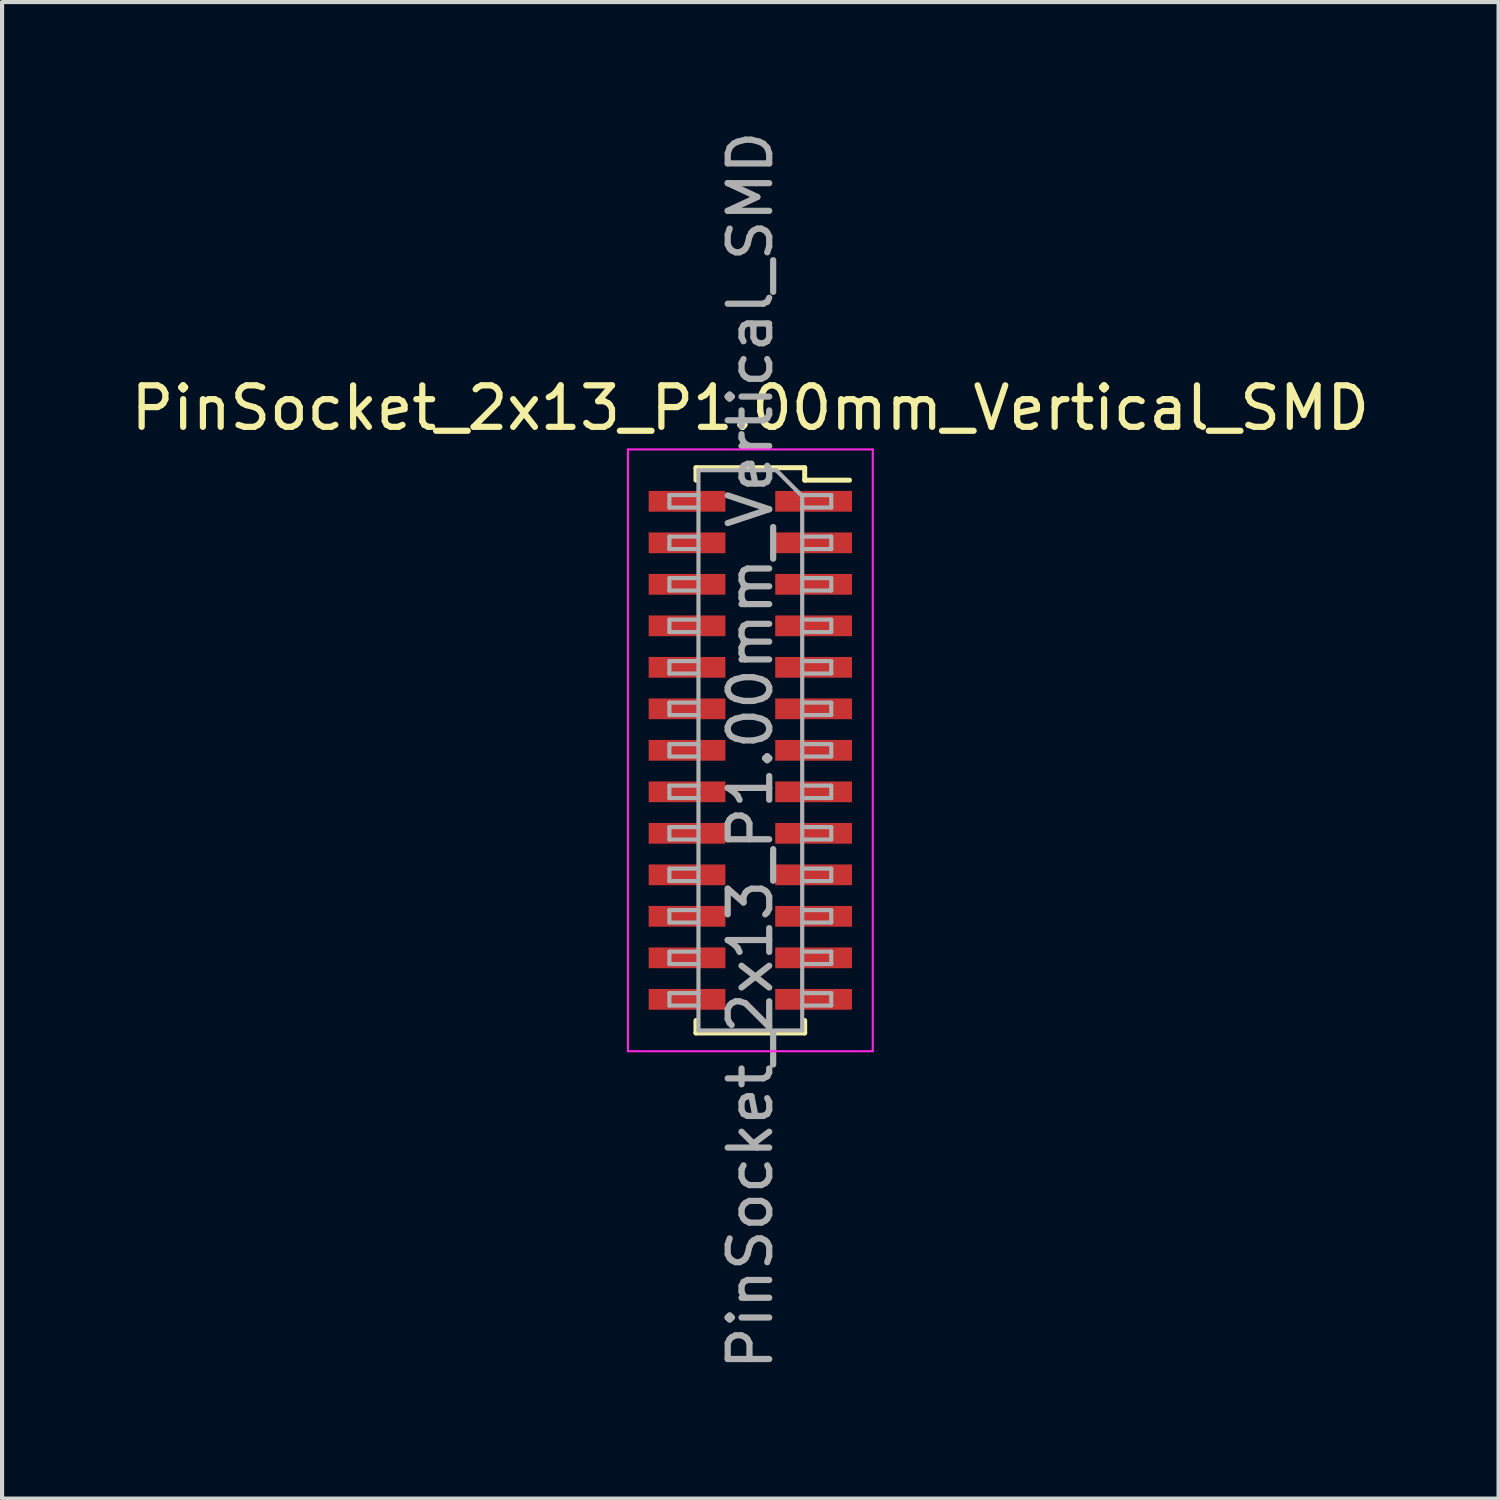
<source format=kicad_pcb>
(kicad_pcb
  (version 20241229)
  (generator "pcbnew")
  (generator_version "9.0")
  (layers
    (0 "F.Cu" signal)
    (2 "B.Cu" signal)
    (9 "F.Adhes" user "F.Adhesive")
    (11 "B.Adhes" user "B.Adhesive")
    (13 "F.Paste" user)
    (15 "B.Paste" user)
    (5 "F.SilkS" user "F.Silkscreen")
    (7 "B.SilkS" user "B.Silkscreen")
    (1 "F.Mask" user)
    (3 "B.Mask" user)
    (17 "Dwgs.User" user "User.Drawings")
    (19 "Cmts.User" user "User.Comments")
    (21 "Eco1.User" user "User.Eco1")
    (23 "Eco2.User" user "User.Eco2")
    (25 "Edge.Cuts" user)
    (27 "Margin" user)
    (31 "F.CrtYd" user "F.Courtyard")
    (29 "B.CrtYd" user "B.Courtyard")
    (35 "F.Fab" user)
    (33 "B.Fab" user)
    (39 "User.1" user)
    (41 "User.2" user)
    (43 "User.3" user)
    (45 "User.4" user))
  (footprint "PinSocket_2x13_P1.00mm_Vertical_SMD"
    (layer "F.Cu")
    (at 15.03 15.03)
    (property "Reference" "PinSocket_2x13_P1.00mm_Vertical_SMD" (at 0 -8.25 0) (layer "F.SilkS") (effects (font (size 1 1) (thickness 0.15))))
    (attr smd)
    (fp_line (start -1.31 -6.81) (end -1.31 -6.51) (stroke (width 0.12) (type solid)) (layer "F.SilkS"))
    (fp_line (start -1.31 -6.81) (end 1.31 -6.81) (stroke (width 0.12) (type solid)) (layer "F.SilkS"))
    (fp_line (start -1.31 6.51) (end -1.31 6.81) (stroke (width 0.12) (type solid)) (layer "F.SilkS"))
    (fp_line (start -1.31 6.81) (end 1.31 6.81) (stroke (width 0.12) (type solid)) (layer "F.SilkS"))
    (fp_line (start 1.31 -6.81) (end 1.31 -6.51) (stroke (width 0.12) (type solid)) (layer "F.SilkS"))
    (fp_line (start 1.31 -6.51) (end 2.39 -6.51) (stroke (width 0.12) (type solid)) (layer "F.SilkS"))
    (fp_line (start 1.31 6.51) (end 1.31 6.81) (stroke (width 0.12) (type solid)) (layer "F.SilkS"))
    (fp_line (start -2.95 -7.25) (end 2.95 -7.25) (stroke (width 0.05) (type solid)) (layer "F.CrtYd"))
    (fp_line (start -2.95 7.25) (end -2.95 -7.25) (stroke (width 0.05) (type solid)) (layer "F.CrtYd"))
    (fp_line (start 2.95 -7.25) (end 2.95 7.25) (stroke (width 0.05) (type solid)) (layer "F.CrtYd"))
    (fp_line (start 2.95 7.25) (end -2.95 7.25) (stroke (width 0.05) (type solid)) (layer "F.CrtYd"))
    (fp_line (start -1.95 -6.15) (end -1.25 -6.15) (stroke (width 0.1) (type solid)) (layer "F.Fab"))
    (fp_line (start -1.95 -5.85) (end -1.95 -6.15) (stroke (width 0.1) (type solid)) (layer "F.Fab"))
    (fp_line (start -1.95 -5.15) (end -1.25 -5.15) (stroke (width 0.1) (type solid)) (layer "F.Fab"))
    (fp_line (start -1.95 -4.85) (end -1.95 -5.15) (stroke (width 0.1) (type solid)) (layer "F.Fab"))
    (fp_line (start -1.95 -4.15) (end -1.25 -4.15) (stroke (width 0.1) (type solid)) (layer "F.Fab"))
    (fp_line (start -1.95 -3.85) (end -1.95 -4.15) (stroke (width 0.1) (type solid)) (layer "F.Fab"))
    (fp_line (start -1.95 -3.15) (end -1.25 -3.15) (stroke (width 0.1) (type solid)) (layer "F.Fab"))
    (fp_line (start -1.95 -2.85) (end -1.95 -3.15) (stroke (width 0.1) (type solid)) (layer "F.Fab"))
    (fp_line (start -1.95 -2.15) (end -1.25 -2.15) (stroke (width 0.1) (type solid)) (layer "F.Fab"))
    (fp_line (start -1.95 -1.85) (end -1.95 -2.15) (stroke (width 0.1) (type solid)) (layer "F.Fab"))
    (fp_line (start -1.95 -1.15) (end -1.25 -1.15) (stroke (width 0.1) (type solid)) (layer "F.Fab"))
    (fp_line (start -1.95 -0.85) (end -1.95 -1.15) (stroke (width 0.1) (type solid)) (layer "F.Fab"))
    (fp_line (start -1.95 -0.15) (end -1.25 -0.15) (stroke (width 0.1) (type solid)) (layer "F.Fab"))
    (fp_line (start -1.95 0.15) (end -1.95 -0.15) (stroke (width 0.1) (type solid)) (layer "F.Fab"))
    (fp_line (start -1.95 0.85) (end -1.25 0.85) (stroke (width 0.1) (type solid)) (layer "F.Fab"))
    (fp_line (start -1.95 1.15) (end -1.95 0.85) (stroke (width 0.1) (type solid)) (layer "F.Fab"))
    (fp_line (start -1.95 1.85) (end -1.25 1.85) (stroke (width 0.1) (type solid)) (layer "F.Fab"))
    (fp_line (start -1.95 2.15) (end -1.95 1.85) (stroke (width 0.1) (type solid)) (layer "F.Fab"))
    (fp_line (start -1.95 2.85) (end -1.25 2.85) (stroke (width 0.1) (type solid)) (layer "F.Fab"))
    (fp_line (start -1.95 3.15) (end -1.95 2.85) (stroke (width 0.1) (type solid)) (layer "F.Fab"))
    (fp_line (start -1.95 3.85) (end -1.25 3.85) (stroke (width 0.1) (type solid)) (layer "F.Fab"))
    (fp_line (start -1.95 4.15) (end -1.95 3.85) (stroke (width 0.1) (type solid)) (layer "F.Fab"))
    (fp_line (start -1.95 4.85) (end -1.25 4.85) (stroke (width 0.1) (type solid)) (layer "F.Fab"))
    (fp_line (start -1.95 5.15) (end -1.95 4.85) (stroke (width 0.1) (type solid)) (layer "F.Fab"))
    (fp_line (start -1.95 5.85) (end -1.25 5.85) (stroke (width 0.1) (type solid)) (layer "F.Fab"))
    (fp_line (start -1.95 6.15) (end -1.95 5.85) (stroke (width 0.1) (type solid)) (layer "F.Fab"))
    (fp_line (start -1.25 -6.75) (end 0.625 -6.75) (stroke (width 0.1) (type solid)) (layer "F.Fab"))
    (fp_line (start -1.25 -5.85) (end -1.95 -5.85) (stroke (width 0.1) (type solid)) (layer "F.Fab"))
    (fp_line (start -1.25 -4.85) (end -1.95 -4.85) (stroke (width 0.1) (type solid)) (layer "F.Fab"))
    (fp_line (start -1.25 -3.85) (end -1.95 -3.85) (stroke (width 0.1) (type solid)) (layer "F.Fab"))
    (fp_line (start -1.25 -2.85) (end -1.95 -2.85) (stroke (width 0.1) (type solid)) (layer "F.Fab"))
    (fp_line (start -1.25 -1.85) (end -1.95 -1.85) (stroke (width 0.1) (type solid)) (layer "F.Fab"))
    (fp_line (start -1.25 -0.85) (end -1.95 -0.85) (stroke (width 0.1) (type solid)) (layer "F.Fab"))
    (fp_line (start -1.25 0.15) (end -1.95 0.15) (stroke (width 0.1) (type solid)) (layer "F.Fab"))
    (fp_line (start -1.25 1.15) (end -1.95 1.15) (stroke (width 0.1) (type solid)) (layer "F.Fab"))
    (fp_line (start -1.25 2.15) (end -1.95 2.15) (stroke (width 0.1) (type solid)) (layer "F.Fab"))
    (fp_line (start -1.25 3.15) (end -1.95 3.15) (stroke (width 0.1) (type solid)) (layer "F.Fab"))
    (fp_line (start -1.25 4.15) (end -1.95 4.15) (stroke (width 0.1) (type solid)) (layer "F.Fab"))
    (fp_line (start -1.25 5.15) (end -1.95 5.15) (stroke (width 0.1) (type solid)) (layer "F.Fab"))
    (fp_line (start -1.25 6.15) (end -1.95 6.15) (stroke (width 0.1) (type solid)) (layer "F.Fab"))
    (fp_line (start -1.25 6.75) (end -1.25 -6.75) (stroke (width 0.1) (type solid)) (layer "F.Fab"))
    (fp_line (start 0.625 -6.75) (end 1.25 -6.125) (stroke (width 0.1) (type solid)) (layer "F.Fab"))
    (fp_line (start 1.25 -6.15) (end 1.95 -6.15) (stroke (width 0.1) (type solid)) (layer "F.Fab"))
    (fp_line (start 1.25 -6.125) (end 1.25 6.75) (stroke (width 0.1) (type solid)) (layer "F.Fab"))
    (fp_line (start 1.25 -5.15) (end 1.95 -5.15) (stroke (width 0.1) (type solid)) (layer "F.Fab"))
    (fp_line (start 1.25 -4.15) (end 1.95 -4.15) (stroke (width 0.1) (type solid)) (layer "F.Fab"))
    (fp_line (start 1.25 -3.15) (end 1.95 -3.15) (stroke (width 0.1) (type solid)) (layer "F.Fab"))
    (fp_line (start 1.25 -2.15) (end 1.95 -2.15) (stroke (width 0.1) (type solid)) (layer "F.Fab"))
    (fp_line (start 1.25 -1.15) (end 1.95 -1.15) (stroke (width 0.1) (type solid)) (layer "F.Fab"))
    (fp_line (start 1.25 -0.15) (end 1.95 -0.15) (stroke (width 0.1) (type solid)) (layer "F.Fab"))
    (fp_line (start 1.25 0.85) (end 1.95 0.85) (stroke (width 0.1) (type solid)) (layer "F.Fab"))
    (fp_line (start 1.25 1.85) (end 1.95 1.85) (stroke (width 0.1) (type solid)) (layer "F.Fab"))
    (fp_line (start 1.25 2.85) (end 1.95 2.85) (stroke (width 0.1) (type solid)) (layer "F.Fab"))
    (fp_line (start 1.25 3.85) (end 1.95 3.85) (stroke (width 0.1) (type solid)) (layer "F.Fab"))
    (fp_line (start 1.25 4.85) (end 1.95 4.85) (stroke (width 0.1) (type solid)) (layer "F.Fab"))
    (fp_line (start 1.25 5.85) (end 1.95 5.85) (stroke (width 0.1) (type solid)) (layer "F.Fab"))
    (fp_line (start 1.25 6.75) (end -1.25 6.75) (stroke (width 0.1) (type solid)) (layer "F.Fab"))
    (fp_line (start 1.95 -6.15) (end 1.95 -5.85) (stroke (width 0.1) (type solid)) (layer "F.Fab"))
    (fp_line (start 1.95 -5.85) (end 1.25 -5.85) (stroke (width 0.1) (type solid)) (layer "F.Fab"))
    (fp_line (start 1.95 -5.15) (end 1.95 -4.85) (stroke (width 0.1) (type solid)) (layer "F.Fab"))
    (fp_line (start 1.95 -4.85) (end 1.25 -4.85) (stroke (width 0.1) (type solid)) (layer "F.Fab"))
    (fp_line (start 1.95 -4.15) (end 1.95 -3.85) (stroke (width 0.1) (type solid)) (layer "F.Fab"))
    (fp_line (start 1.95 -3.85) (end 1.25 -3.85) (stroke (width 0.1) (type solid)) (layer "F.Fab"))
    (fp_line (start 1.95 -3.15) (end 1.95 -2.85) (stroke (width 0.1) (type solid)) (layer "F.Fab"))
    (fp_line (start 1.95 -2.85) (end 1.25 -2.85) (stroke (width 0.1) (type solid)) (layer "F.Fab"))
    (fp_line (start 1.95 -2.15) (end 1.95 -1.85) (stroke (width 0.1) (type solid)) (layer "F.Fab"))
    (fp_line (start 1.95 -1.85) (end 1.25 -1.85) (stroke (width 0.1) (type solid)) (layer "F.Fab"))
    (fp_line (start 1.95 -1.15) (end 1.95 -0.85) (stroke (width 0.1) (type solid)) (layer "F.Fab"))
    (fp_line (start 1.95 -0.85) (end 1.25 -0.85) (stroke (width 0.1) (type solid)) (layer "F.Fab"))
    (fp_line (start 1.95 -0.15) (end 1.95 0.15) (stroke (width 0.1) (type solid)) (layer "F.Fab"))
    (fp_line (start 1.95 0.15) (end 1.25 0.15) (stroke (width 0.1) (type solid)) (layer "F.Fab"))
    (fp_line (start 1.95 0.85) (end 1.95 1.15) (stroke (width 0.1) (type solid)) (layer "F.Fab"))
    (fp_line (start 1.95 1.15) (end 1.25 1.15) (stroke (width 0.1) (type solid)) (layer "F.Fab"))
    (fp_line (start 1.95 1.85) (end 1.95 2.15) (stroke (width 0.1) (type solid)) (layer "F.Fab"))
    (fp_line (start 1.95 2.15) (end 1.25 2.15) (stroke (width 0.1) (type solid)) (layer "F.Fab"))
    (fp_line (start 1.95 2.85) (end 1.95 3.15) (stroke (width 0.1) (type solid)) (layer "F.Fab"))
    (fp_line (start 1.95 3.15) (end 1.25 3.15) (stroke (width 0.1) (type solid)) (layer "F.Fab"))
    (fp_line (start 1.95 3.85) (end 1.95 4.15) (stroke (width 0.1) (type solid)) (layer "F.Fab"))
    (fp_line (start 1.95 4.15) (end 1.25 4.15) (stroke (width 0.1) (type solid)) (layer "F.Fab"))
    (fp_line (start 1.95 4.85) (end 1.95 5.15) (stroke (width 0.1) (type solid)) (layer "F.Fab"))
    (fp_line (start 1.95 5.15) (end 1.25 5.15) (stroke (width 0.1) (type solid)) (layer "F.Fab"))
    (fp_line (start 1.95 5.85) (end 1.95 6.15) (stroke (width 0.1) (type solid)) (layer "F.Fab"))
    (fp_line (start 1.95 6.15) (end 1.25 6.15) (stroke (width 0.1) (type solid)) (layer "F.Fab"))
    (fp_text user "${REFERENCE}" (at 0 0 90) (layer "F.Fab") (effects (font (size 1 1) (thickness 0.15))))
    (pad "1" smd rect (at 1.525 -6) (size 1.85 0.5) (layers "F.Cu" "F.Mask" "F.Paste"))
    (pad "2" smd rect (at -1.525 -6) (size 1.85 0.5) (layers "F.Cu" "F.Mask" "F.Paste"))
    (pad "3" smd rect (at 1.525 -5) (size 1.85 0.5) (layers "F.Cu" "F.Mask" "F.Paste"))
    (pad "4" smd rect (at -1.525 -5) (size 1.85 0.5) (layers "F.Cu" "F.Mask" "F.Paste"))
    (pad "5" smd rect (at 1.525 -4) (size 1.85 0.5) (layers "F.Cu" "F.Mask" "F.Paste"))
    (pad "6" smd rect (at -1.525 -4) (size 1.85 0.5) (layers "F.Cu" "F.Mask" "F.Paste"))
    (pad "7" smd rect (at 1.525 -3) (size 1.85 0.5) (layers "F.Cu" "F.Mask" "F.Paste"))
    (pad "8" smd rect (at -1.525 -3) (size 1.85 0.5) (layers "F.Cu" "F.Mask" "F.Paste"))
    (pad "9" smd rect (at 1.525 -2) (size 1.85 0.5) (layers "F.Cu" "F.Mask" "F.Paste"))
    (pad "10" smd rect (at -1.525 -2) (size 1.85 0.5) (layers "F.Cu" "F.Mask" "F.Paste"))
    (pad "11" smd rect (at 1.525 -1) (size 1.85 0.5) (layers "F.Cu" "F.Mask" "F.Paste"))
    (pad "12" smd rect (at -1.525 -1) (size 1.85 0.5) (layers "F.Cu" "F.Mask" "F.Paste"))
    (pad "13" smd rect (at 1.525 0) (size 1.85 0.5) (layers "F.Cu" "F.Mask" "F.Paste"))
    (pad "14" smd rect (at -1.525 0) (size 1.85 0.5) (layers "F.Cu" "F.Mask" "F.Paste"))
    (pad "15" smd rect (at 1.525 1) (size 1.85 0.5) (layers "F.Cu" "F.Mask" "F.Paste"))
    (pad "16" smd rect (at -1.525 1) (size 1.85 0.5) (layers "F.Cu" "F.Mask" "F.Paste"))
    (pad "17" smd rect (at 1.525 2) (size 1.85 0.5) (layers "F.Cu" "F.Mask" "F.Paste"))
    (pad "18" smd rect (at -1.525 2) (size 1.85 0.5) (layers "F.Cu" "F.Mask" "F.Paste"))
    (pad "19" smd rect (at 1.525 3) (size 1.85 0.5) (layers "F.Cu" "F.Mask" "F.Paste"))
    (pad "20" smd rect (at -1.525 3) (size 1.85 0.5) (layers "F.Cu" "F.Mask" "F.Paste"))
    (pad "21" smd rect (at 1.525 4) (size 1.85 0.5) (layers "F.Cu" "F.Mask" "F.Paste"))
    (pad "22" smd rect (at -1.525 4) (size 1.85 0.5) (layers "F.Cu" "F.Mask" "F.Paste"))
    (pad "23" smd rect (at 1.525 5) (size 1.85 0.5) (layers "F.Cu" "F.Mask" "F.Paste"))
    (pad "24" smd rect (at -1.525 5) (size 1.85 0.5) (layers "F.Cu" "F.Mask" "F.Paste"))
    (pad "25" smd rect (at 1.525 6) (size 1.85 0.5) (layers "F.Cu" "F.Mask" "F.Paste"))
    (pad "26" smd rect (at -1.525 6) (size 1.85 0.5) (layers "F.Cu" "F.Mask" "F.Paste")))
  (gr_rect
    (start -3 -3)
    (end 33.06 33.06)
    (stroke (width 0.1) (type default))
    (fill no)
    (layer "Edge.Cuts")))
</source>
